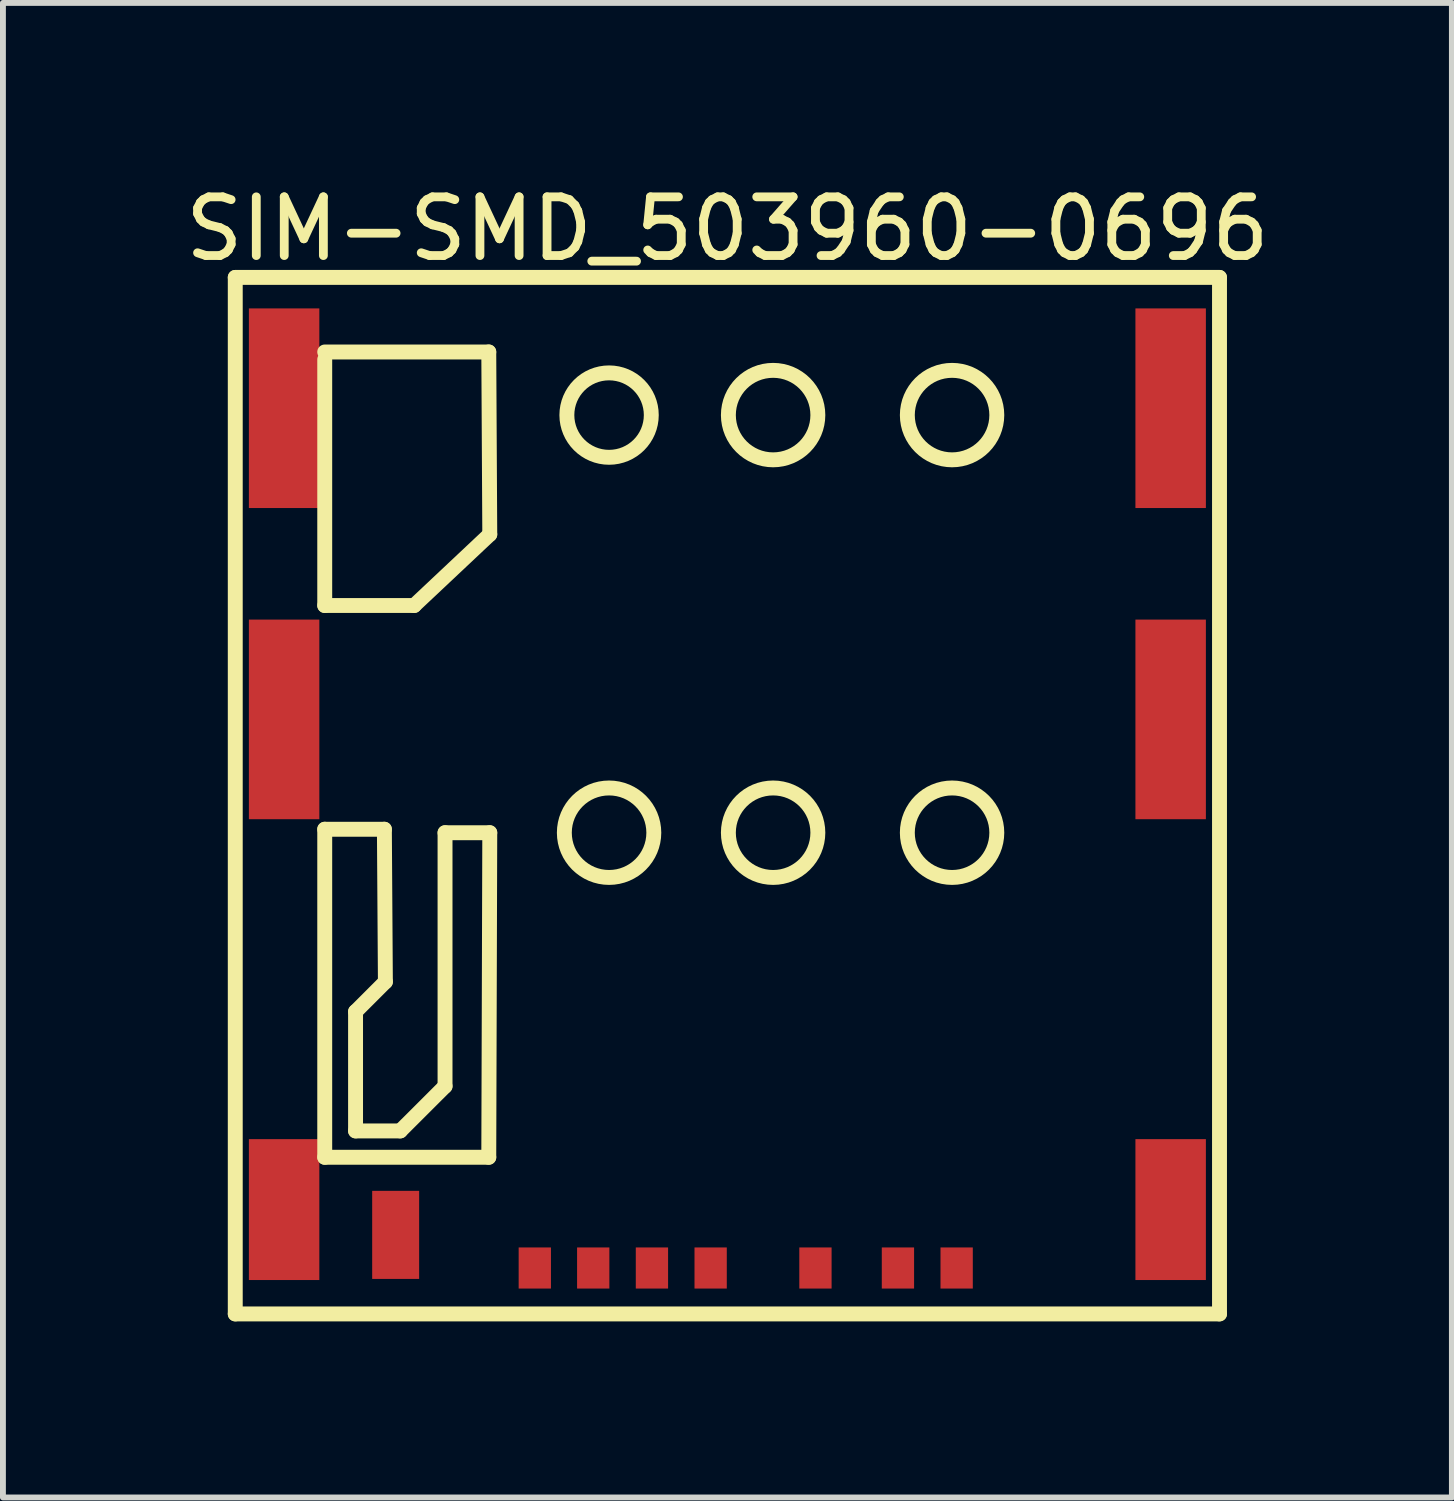
<source format=kicad_pcb>
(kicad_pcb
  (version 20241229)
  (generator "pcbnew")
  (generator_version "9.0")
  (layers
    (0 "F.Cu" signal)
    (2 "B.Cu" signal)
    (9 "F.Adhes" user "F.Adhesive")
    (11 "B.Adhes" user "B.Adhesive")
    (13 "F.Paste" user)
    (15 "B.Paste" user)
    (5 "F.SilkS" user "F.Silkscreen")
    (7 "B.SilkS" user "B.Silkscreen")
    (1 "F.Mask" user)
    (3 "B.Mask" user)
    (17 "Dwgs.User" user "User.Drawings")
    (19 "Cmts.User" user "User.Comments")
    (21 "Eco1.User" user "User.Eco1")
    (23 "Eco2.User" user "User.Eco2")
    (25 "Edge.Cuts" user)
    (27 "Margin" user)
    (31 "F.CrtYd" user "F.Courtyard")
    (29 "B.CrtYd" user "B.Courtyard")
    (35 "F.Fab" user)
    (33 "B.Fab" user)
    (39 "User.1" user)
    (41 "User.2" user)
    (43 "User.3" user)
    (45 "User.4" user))
  (footprint "SIM-SMD_503960-0696"
    (layer "F.Cu")
    (at 9.339 11.225)
    (property "Reference" "SIM-SMD_503960-0696" (at 0 -10.377 0) (unlocked yes) (layer "F.SilkS") (effects (font (size 1 1) (thickness 0.15))))
    (attr smd)
    (fp_line (start -8.382 -9.55) (end 8.382 -9.55) (stroke (width 0.254) (type default)) (layer "F.SilkS"))
    (fp_line (start -8.382 8.104) (end -8.382 -9.55) (stroke (width 0.254) (type default)) (layer "F.SilkS"))
    (fp_line (start -6.858 -8.152) (end -6.858 -3.962) (stroke (width 0.254) (type default)) (layer "F.SilkS"))
    (fp_line (start -6.858 -3.962) (end -5.334 -3.962) (stroke (width 0.254) (type default)) (layer "F.SilkS"))
    (fp_line (start -6.858 -0.151) (end -6.858 5.436) (stroke (width 0.254) (type default)) (layer "F.SilkS"))
    (fp_line (start -6.858 5.436) (end -4.064 5.436) (stroke (width 0.254) (type default)) (layer "F.SilkS"))
    (fp_line (start -6.333 2.955) (end -5.825 2.447) (stroke (width 0.254) (type default)) (layer "F.SilkS"))
    (fp_line (start -6.333 4.987) (end -6.333 2.955) (stroke (width 0.254) (type default)) (layer "F.SilkS"))
    (fp_line (start -5.842 -0.151) (end -6.858 -0.151) (stroke (width 0.254) (type default)) (layer "F.SilkS"))
    (fp_line (start -5.825 2.447) (end -5.842 -0.151) (stroke (width 0.254) (type default)) (layer "F.SilkS"))
    (fp_line (start -5.571 4.987) (end -6.333 4.987) (stroke (width 0.254) (type default)) (layer "F.SilkS"))
    (fp_line (start -5.334 -3.962) (end -4.047 -5.173) (stroke (width 0.254) (type default)) (layer "F.SilkS"))
    (fp_line (start -4.809 -0.092) (end -4.809 4.226) (stroke (width 0.254) (type default)) (layer "F.SilkS"))
    (fp_line (start -4.809 4.226) (end -5.571 4.987) (stroke (width 0.254) (type default)) (layer "F.SilkS"))
    (fp_line (start -4.064 -8.28) (end -6.858 -8.28) (stroke (width 0.254) (type default)) (layer "F.SilkS"))
    (fp_line (start -4.064 5.436) (end -4.047 -0.092) (stroke (width 0.254) (type default)) (layer "F.SilkS"))
    (fp_line (start -4.047 -5.173) (end -4.064 -8.28) (stroke (width 0.254) (type default)) (layer "F.SilkS"))
    (fp_line (start -4.047 -0.092) (end -4.809 -0.092) (stroke (width 0.254) (type default)) (layer "F.SilkS"))
    (fp_line (start 8.382 -9.55) (end 8.382 8.104) (stroke (width 0.254) (type default)) (layer "F.SilkS"))
    (fp_line (start 8.382 8.104) (end -8.382 8.104) (stroke (width 0.254) (type default)) (layer "F.SilkS"))
    (fp_circle (center -2.015 -7.205) (end -1.296 -7.205) (stroke (width 0.254) (type default)) (fill no) (layer "F.SilkS"))
    (fp_circle (center -2.015 -0.092) (end -1.253 -0.092) (stroke (width 0.254) (type default)) (fill no) (layer "F.SilkS"))
    (fp_circle (center 0.779 -7.205) (end 1.541 -7.205) (stroke (width 0.254) (type default)) (fill no) (layer "F.SilkS"))
    (fp_circle (center 0.779 -0.092) (end 1.541 -0.092) (stroke (width 0.254) (type default)) (fill no) (layer "F.SilkS"))
    (fp_circle (center 3.827 -7.205) (end 4.589 -7.205) (stroke (width 0.254) (type default)) (fill no) (layer "F.SilkS"))
    (fp_circle (center 3.827 -0.092) (end 4.589 -0.092) (stroke (width 0.254) (type default)) (fill no) (layer "F.SilkS"))
    (fp_poly (pts (xy -7.75 -8.322) (xy -7.25 -8.322) (xy -7.25 -6.322) (xy -7.75 -6.322)) (stroke (width 0.1) (type default)) (fill no) (layer "User.1"))
    (fp_poly (pts (xy -7.75 -3.022) (xy -7.25 -3.022) (xy -7.25 -1.022) (xy -7.75 -1.022)) (stroke (width 0.1) (type default)) (fill no) (layer "User.1"))
    (fp_poly (pts (xy -7.75 5.327) (xy -7.25 5.327) (xy -7.25 7.327) (xy -7.75 7.327)) (stroke (width 0.1) (type default)) (fill no) (layer "User.1"))
    (fp_poly (pts (xy -5.85 6.173) (xy -5.45 6.173) (xy -5.45 7.173) (xy -5.85 7.173)) (stroke (width 0.1) (type default)) (fill no) (layer "User.1"))
    (fp_poly (pts (xy -3.46 7.072) (xy -3.11 7.072) (xy -3.11 7.372) (xy -3.46 7.372)) (stroke (width 0.1) (type default)) (fill no) (layer "User.1"))
    (fp_poly (pts (xy -2.46 7.072) (xy -2.11 7.072) (xy -2.11 7.372) (xy -2.46 7.372)) (stroke (width 0.1) (type default)) (fill no) (layer "User.1"))
    (fp_poly (pts (xy -1.46 7.072) (xy -1.11 7.072) (xy -1.11 7.372) (xy -1.46 7.372)) (stroke (width 0.1) (type default)) (fill no) (layer "User.1"))
    (fp_poly (pts (xy -0.46 7.072) (xy -0.11 7.072) (xy -0.11 7.372) (xy -0.46 7.372)) (stroke (width 0.1) (type default)) (fill no) (layer "User.1"))
    (fp_poly (pts (xy 1.325 7.072) (xy 1.675 7.072) (xy 1.675 7.372) (xy 1.325 7.372)) (stroke (width 0.1) (type default)) (fill no) (layer "User.1"))
    (fp_poly (pts (xy 2.73 7.072) (xy 3.08 7.072) (xy 3.08 7.372) (xy 2.73 7.372)) (stroke (width 0.1) (type default)) (fill no) (layer "User.1"))
    (fp_poly (pts (xy 3.73 7.072) (xy 4.08 7.072) (xy 4.08 7.372) (xy 3.73 7.372)) (stroke (width 0.1) (type default)) (fill no) (layer "User.1"))
    (fp_poly (pts (xy 7.25 -8.322) (xy 7.75 -8.322) (xy 7.75 -6.322) (xy 7.25 -6.322)) (stroke (width 0.1) (type default)) (fill no) (layer "User.1"))
    (fp_poly (pts (xy 7.25 -3.022) (xy 7.75 -3.022) (xy 7.75 -1.022) (xy 7.25 -1.022)) (stroke (width 0.1) (type default)) (fill no) (layer "User.1"))
    (fp_poly (pts (xy 7.25 5.327) (xy 7.75 5.327) (xy 7.75 7.327) (xy 7.25 7.327)) (stroke (width 0.1) (type default)) (fill no) (layer "User.1"))
    (fp_line (start -7.75 -9.377) (end -7.75 7.383) (stroke (width 0.051) (type default)) (layer "User.2"))
    (fp_line (start -7.75 7.383) (end -7.21 7.383) (stroke (width 0.051) (type default)) (layer "User.2"))
    (fp_line (start -7.21 7.383) (end -7.16 7.332) (stroke (width 0.051) (type default)) (layer "User.2"))
    (fp_line (start -7.16 7.332) (end -7.05 7.332) (stroke (width 0.051) (type default)) (layer "User.2"))
    (fp_line (start -7.05 7.332) (end -7.04 6.872) (stroke (width 0.051) (type default)) (layer "User.2"))
    (fp_line (start -7.04 6.872) (end -3.46 6.872) (stroke (width 0.051) (type default)) (layer "User.2"))
    (fp_line (start -7 -9.377) (end -7.75 -9.377) (stroke (width 0.051) (type default)) (layer "User.2"))
    (fp_line (start -7 -9.338) (end -7 -9.377) (stroke (width 0.051) (type default)) (layer "User.2"))
    (fp_line (start -6.75 -9.127) (end -6.79 -9.127) (stroke (width 0.051) (type default)) (layer "User.2"))
    (fp_line (start -5.5 -9.377) (end -6.5 -9.377) (stroke (width 0.051) (type default)) (layer "User.2"))
    (fp_line (start -3.76 -9.377) (end -5 -9.377) (stroke (width 0.051) (type default)) (layer "User.2"))
    (fp_line (start -3.75 -9.377) (end -3.76 -9.377) (stroke (width 0.051) (type default)) (layer "User.2"))
    (fp_line (start -3.46 6.872) (end -3.45 7.112) (stroke (width 0.051) (type default)) (layer "User.2"))
    (fp_line (start -3.45 7.112) (end 4.33 7.072) (stroke (width 0.051) (type default)) (layer "User.2"))
    (fp_line (start 4.33 7.072) (end 4.34 6.872) (stroke (width 0.051) (type default)) (layer "User.2"))
    (fp_line (start 4.34 6.872) (end 7.05 6.872) (stroke (width 0.051) (type default)) (layer "User.2"))
    (fp_line (start 6.44 -8.877) (end -3.25 -8.877) (stroke (width 0.051) (type default)) (layer "User.2"))
    (fp_line (start 6.45 -8.887) (end 6.45 -8.867) (stroke (width 0.051) (type default)) (layer "User.2"))
    (fp_line (start 7.05 6.872) (end 7.05 7.332) (stroke (width 0.051) (type default)) (layer "User.2"))
    (fp_line (start 7.05 7.332) (end 7.15 7.332) (stroke (width 0.051) (type default)) (layer "User.2"))
    (fp_line (start 7.15 7.332) (end 7.15 7.372) (stroke (width 0.051) (type default)) (layer "User.2"))
    (fp_line (start 7.15 7.372) (end 7.75 7.372) (stroke (width 0.051) (type default)) (layer "User.2"))
    (fp_line (start 7.74 -9.377) (end 6.95 -9.387) (stroke (width 0.051) (type default)) (layer "User.2"))
    (fp_line (start 7.75 7.372) (end 7.74 -9.377) (stroke (width 0.051) (type default)) (layer "User.2"))
    (fp_arc (start -6.79 -9.1275) (mid -6.938492 -9.189008) (end -7 -9.3375) (stroke (width 0.051) (type default)) (layer "User.2"))
    (fp_arc (start -6.5 -9.3775) (mid -6.573223 -9.200723) (end -6.75 -9.1275) (stroke (width 0.051) (type default)) (layer "User.2"))
    (fp_arc (start -5.25 -9.1275) (mid -5.426777 -9.200723) (end -5.5 -9.3775) (stroke (width 0.051) (type default)) (layer "User.2"))
    (fp_arc (start -5 -9.3775) (mid -5.073223 -9.200723) (end -5.25 -9.1275) (stroke (width 0.051) (type default)) (layer "User.2"))
    (fp_arc (start -3.75 -9.3775) (mid -3.396447 -9.231053) (end -3.25 -8.8775) (stroke (width 0.051) (type default)) (layer "User.2"))
    (fp_arc (start 6.44 -8.8775) (mid 6.447071 -8.874571) (end 6.45 -8.8675) (stroke (width 0.051) (type default)) (layer "User.2"))
    (fp_arc (start 6.45 -8.8875) (mid 6.596447 -9.241053) (end 6.95 -9.3875) (stroke (width 0.051) (type default)) (layer "User.2"))
    (fp_poly (pts (xy -7.369 7.245) (xy -7.388 7.148) (xy -7.443 7.066) (xy -7.526 7.011) (xy -7.623 6.992) (xy -7.72 7.011) (xy -7.803 7.066) (xy -7.858 7.148) (xy -7.877 7.245) (xy -7.858 7.343) (xy -7.803 7.425) (xy -7.72 7.48) (xy -7.623 7.5) (xy -7.526 7.48) (xy -7.443 7.425) (xy -7.388 7.343)) (stroke (width 0.1) (type default)) (fill no) (layer "User.3"))
    (pad "C1" smd rect (at -2.285 7.322) (size 0.55 0.7) (layers "F.Cu" "F.Mask" "F.Paste"))
    (pad "C2" smd rect (at -0.285 7.322) (size 0.55 0.7) (layers "F.Cu" "F.Mask" "F.Paste"))
    (pad "C3" smd rect (at 3.905 7.322) (size 0.55 0.7) (layers "F.Cu" "F.Mask" "F.Paste"))
    (pad "C4" smd rect (at 1.5 7.322) (size 0.55 0.7) (layers "F.Cu" "F.Mask" "F.Paste"))
    (pad "C5" smd rect (at -3.28 7.322) (size 0.55 0.7) (layers "F.Cu" "F.Mask" "F.Paste"))
    (pad "C6" smd rect (at -1.285 7.322) (size 0.55 0.7) (layers "F.Cu" "F.Mask" "F.Paste"))
    (pad "C7" smd rect (at 2.905 7.322) (size 0.55 0.7) (layers "F.Cu" "F.Mask" "F.Paste"))
    (pad "C8" smd rect (at -5.65 6.758) (size 0.8 1.5) (layers "F.Cu" "F.Mask" "F.Paste"))
    (pad "C9" smd rect (at -7.55 -7.322) (size 1.2 3.4) (layers "F.Cu" "F.Mask" "F.Paste"))
    (pad "C9" smd rect (at -7.55 -2.022) (size 1.2 3.4) (layers "F.Cu" "F.Mask" "F.Paste"))
    (pad "C9" smd rect (at -7.55 6.327) (size 1.2 2.4) (layers "F.Cu" "F.Mask" "F.Paste"))
    (pad "C9" smd rect (at 7.55 -7.322) (size 1.2 3.4) (layers "F.Cu" "F.Mask" "F.Paste"))
    (pad "C9" smd rect (at 7.55 -2.022) (size 1.2 3.4) (layers "F.Cu" "F.Mask" "F.Paste"))
    (pad "C9" smd rect (at 7.55 6.327) (size 1.2 2.4) (layers "F.Cu" "F.Mask" "F.Paste")))
  (gr_rect
    (start -3 -3)
    (end 21.679 22.455)
    (stroke (width 0.1) (type default))
    (fill no)
    (layer "Edge.Cuts")))
</source>
